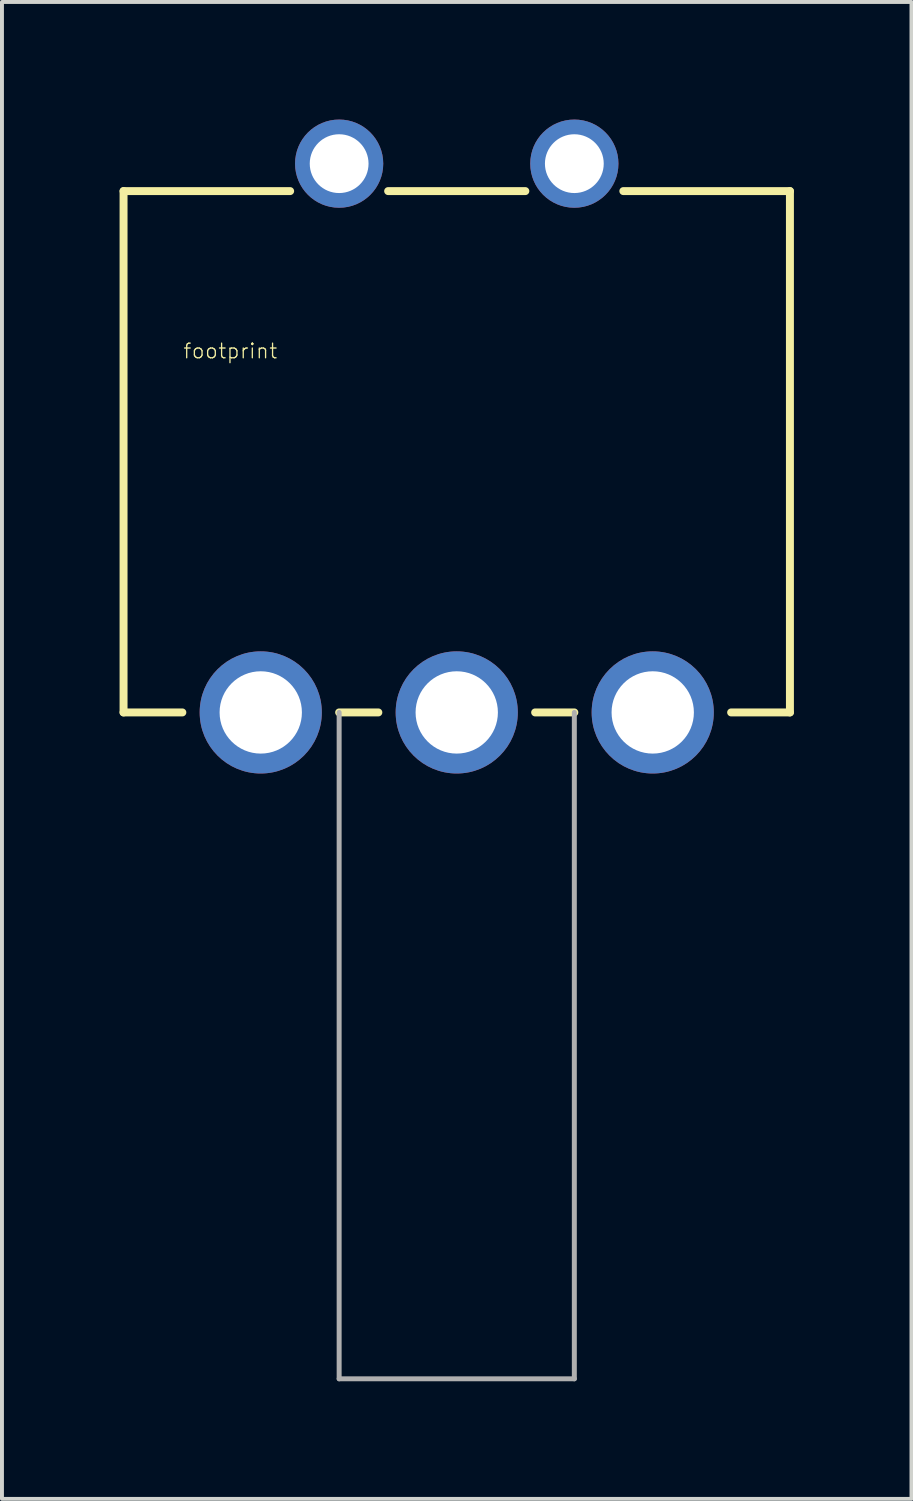
<source format=kicad_pcb>
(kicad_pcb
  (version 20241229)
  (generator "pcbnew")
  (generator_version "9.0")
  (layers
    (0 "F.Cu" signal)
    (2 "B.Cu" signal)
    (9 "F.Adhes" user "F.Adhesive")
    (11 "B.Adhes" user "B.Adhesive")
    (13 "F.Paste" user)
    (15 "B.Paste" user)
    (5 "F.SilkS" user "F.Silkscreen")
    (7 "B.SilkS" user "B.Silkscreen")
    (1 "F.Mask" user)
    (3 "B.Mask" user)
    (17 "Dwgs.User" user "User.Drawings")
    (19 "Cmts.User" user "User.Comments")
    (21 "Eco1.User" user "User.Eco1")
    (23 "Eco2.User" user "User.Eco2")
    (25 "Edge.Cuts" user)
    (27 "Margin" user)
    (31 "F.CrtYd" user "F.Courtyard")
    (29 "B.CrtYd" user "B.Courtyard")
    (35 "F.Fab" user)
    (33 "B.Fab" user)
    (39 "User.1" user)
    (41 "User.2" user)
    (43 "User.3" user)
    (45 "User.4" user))
  (footprint "footprint"
    (layer "F.Cu")
    (at 8.602 15.125)
    (property "Reference" "footprint" (at -7 -9 0) (layer "F.SilkS") (effects (font (size 0.374 0.374) (thickness 0.033)) (justify left bottom)))
    (fp_line (start -8.5 -13.3) (end -4.25 -13.3) (stroke (width 0.203) (type solid)) (layer "F.SilkS"))
    (fp_line (start -8.5 0) (end -8.5 -13.3) (stroke (width 0.203) (type solid)) (layer "F.SilkS"))
    (fp_line (start -8.5 0) (end -7 0) (stroke (width 0.203) (type solid)) (layer "F.SilkS"))
    (fp_line (start -3 0) (end -2 0) (stroke (width 0.203) (type solid)) (layer "F.SilkS"))
    (fp_line (start -1.75 -13.3) (end 1.75 -13.3) (stroke (width 0.203) (type solid)) (layer "F.SilkS"))
    (fp_line (start 2 0) (end 3 0) (stroke (width 0.203) (type solid)) (layer "F.SilkS"))
    (fp_line (start 4.25 -13.3) (end 8.5 -13.3) (stroke (width 0.203) (type solid)) (layer "F.SilkS"))
    (fp_line (start 7 0) (end 8.5 0) (stroke (width 0.203) (type solid)) (layer "F.SilkS"))
    (fp_line (start 8.5 -13.3) (end 8.5 0) (stroke (width 0.203) (type solid)) (layer "F.SilkS"))
    (fp_line (start -3 0) (end -3 17) (stroke (width 0.127) (type solid)) (layer "F.Fab"))
    (fp_line (start -3 17) (end 3 17) (stroke (width 0.127) (type solid)) (layer "F.Fab"))
    (fp_line (start 3 17) (end 3 0) (stroke (width 0.127) (type solid)) (layer "F.Fab"))
    (pad "E@1" thru_hole circle (at -5 0) (size 3.116 3.116) (drill 2.1) (layers "*.Cu" "*.Mask"))
    (pad "E@2" thru_hole circle (at 5 0) (size 3.116 3.116) (drill 2.1) (layers "*.Cu" "*.Mask"))
    (pad "S1" thru_hole circle (at -3 -14) (size 2.25 2.25) (drill 1.5) (layers "*.Cu" "*.Mask"))
    (pad "S2" thru_hole circle (at 3 -14) (size 2.25 2.25) (drill 1.5) (layers "*.Cu" "*.Mask"))
    (pad "WAND" thru_hole circle (at 0 0) (size 3.116 3.116) (drill 2.1) (layers "*.Cu" "*.Mask")))
  (gr_rect
    (start -3 -3)
    (end 20.203 35.188)
    (stroke (width 0.1) (type default))
    (fill no)
    (layer "Edge.Cuts")))
</source>
